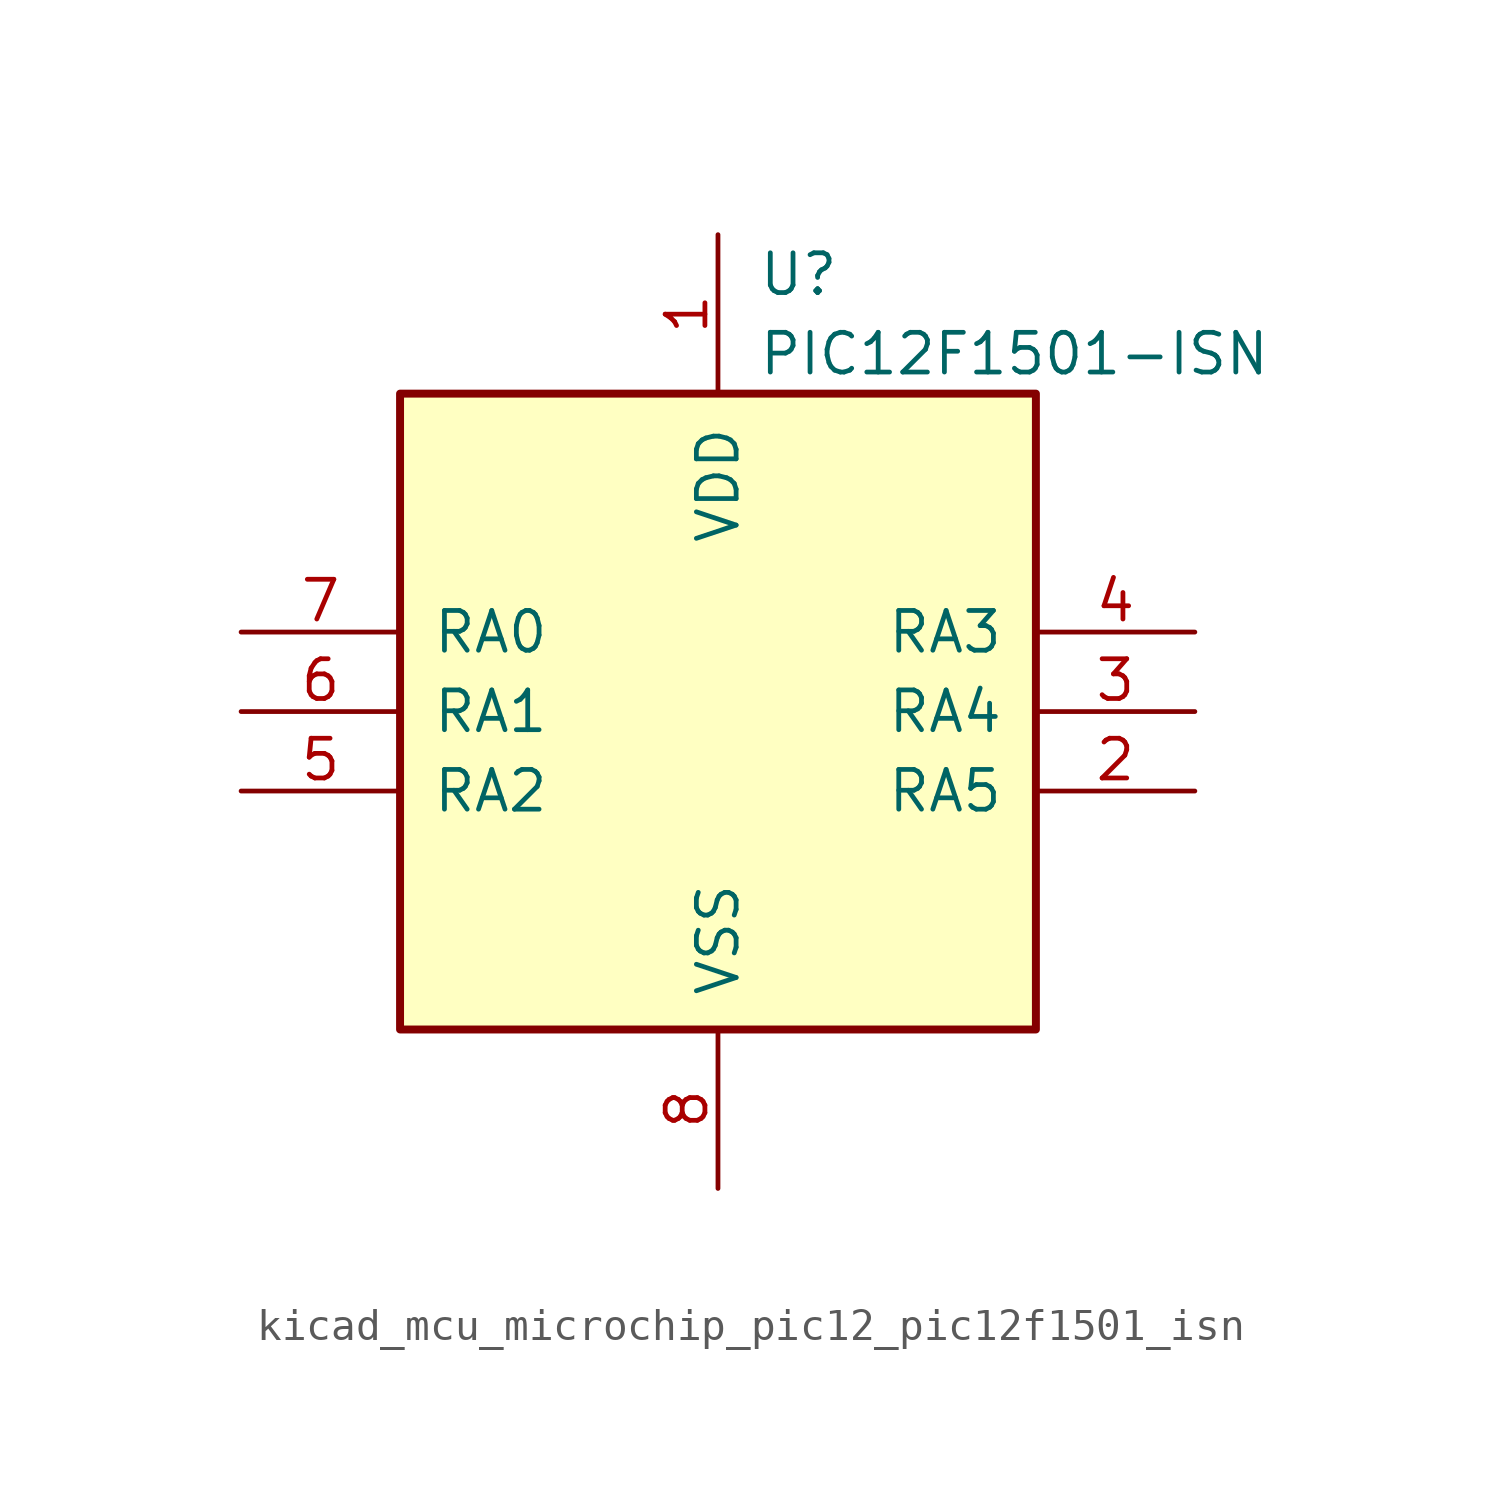
<source format=kicad_sym>
(kicad_symbol_lib
  (version 20220914)
  (generator kicad_symbol_editor)
  (symbol "kicad_mcu_microchip_pic12_pic12f1501_isn"
    (pin_names
      (offset 1.016))
    (property "Reference" "U"
      (at 1.27 13.97 0)
      (effects (font (size 1.27 1.27)) (justify left)))
    (property "Value" "PIC12F1501-ISN"
      (at 1.27 11.43 0)
      (effects (font (size 1.27 1.27)) (justify left)))
    (symbol "kicad_mcu_microchip_pic12_pic12f1501_isn_0_1"
      (rectangle (start 10.16 -10.16) (end -10.16 10.16) (stroke (width 0.254) (type default)) (fill (type background))))
    (symbol "kicad_mcu_microchip_pic12_pic12f1501_isn_1_1"
      (pin power_in line (at 0 15.24 270) (length 5.08) (name "VDD" (effects (font (size 1.27 1.27)))) (number "1" (effects (font (size 1.27 1.27)))))
      (pin bidirectional line (at 15.24 -2.54 180) (length 5.08) (name "RA5" (effects (font (size 1.27 1.27)))) (number "2" (effects (font (size 1.27 1.27)))))
      (pin bidirectional line (at 15.24 0 180) (length 5.08) (name "RA4" (effects (font (size 1.27 1.27)))) (number "3" (effects (font (size 1.27 1.27)))))
      (pin input line (at 15.24 2.54 180) (length 5.08) (name "RA3" (effects (font (size 1.27 1.27)))) (number "4" (effects (font (size 1.27 1.27)))))
      (pin bidirectional line (at -15.24 -2.54 0) (length 5.08) (name "RA2" (effects (font (size 1.27 1.27)))) (number "5" (effects (font (size 1.27 1.27)))))
      (pin bidirectional line (at -15.24 0 0) (length 5.08) (name "RA1" (effects (font (size 1.27 1.27)))) (number "6" (effects (font (size 1.27 1.27)))))
      (pin bidirectional line (at -15.24 2.54 0) (length 5.08) (name "RA0" (effects (font (size 1.27 1.27)))) (number "7" (effects (font (size 1.27 1.27)))))
      (pin power_in line (at 0 -15.24 90) (length 5.08) (name "VSS" (effects (font (size 1.27 1.27)))) (number "8" (effects (font (size 1.27 1.27))))))))
</source>
